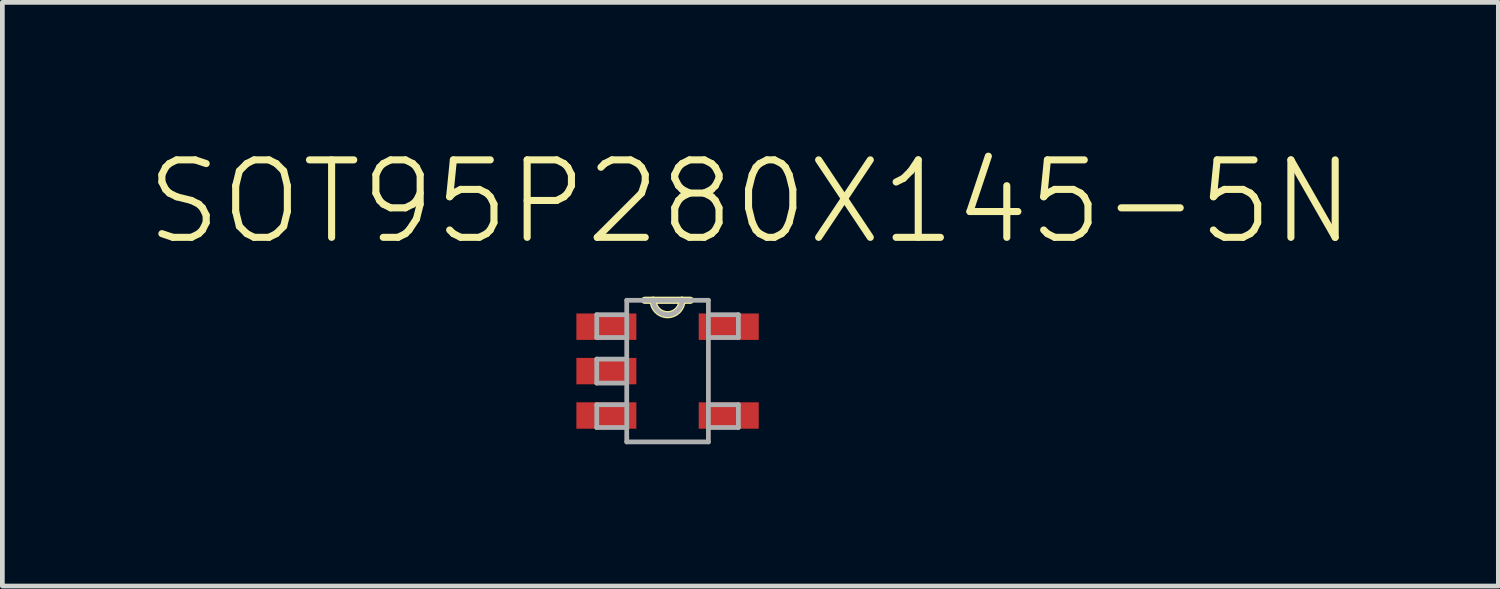
<source format=kicad_pcb>
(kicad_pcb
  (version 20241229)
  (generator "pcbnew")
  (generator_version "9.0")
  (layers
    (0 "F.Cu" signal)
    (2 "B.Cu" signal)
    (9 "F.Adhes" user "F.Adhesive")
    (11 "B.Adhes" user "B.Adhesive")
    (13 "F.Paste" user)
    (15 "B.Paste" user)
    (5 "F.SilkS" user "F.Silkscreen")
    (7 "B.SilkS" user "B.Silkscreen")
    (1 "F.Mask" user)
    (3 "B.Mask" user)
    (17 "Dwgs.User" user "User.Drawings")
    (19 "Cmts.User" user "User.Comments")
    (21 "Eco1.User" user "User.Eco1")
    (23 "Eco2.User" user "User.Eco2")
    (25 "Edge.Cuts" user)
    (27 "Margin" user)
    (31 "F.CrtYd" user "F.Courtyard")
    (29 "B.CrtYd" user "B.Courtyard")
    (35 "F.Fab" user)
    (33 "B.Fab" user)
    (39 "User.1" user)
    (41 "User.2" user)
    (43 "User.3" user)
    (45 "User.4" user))
  (footprint "SOT95P280X145-5N"
    (layer "F.Cu")
    (at 11.08 4.805)
    (property "Reference" "SOT95P280X145-5N" (at 1.753 -3.582 0) (layer "F.SilkS") (effects (font (size 1.64 1.64) (thickness 0.15))))
    (attr smd)
    (fp_line (start -0.305 -1.499) (end -0.483 -1.499) (stroke (width 0.152) (type solid)) (layer "F.SilkS"))
    (fp_line (start 0.305 -1.499) (end -0.305 -1.499) (stroke (width 0.152) (type solid)) (layer "F.SilkS"))
    (fp_line (start 0.483 -1.499) (end 0.305 -1.499) (stroke (width 0.152) (type solid)) (layer "F.SilkS"))
    (fp_arc (start 0.3048 -1.4986) (mid 0 -1.1938) (end -0.3048 -1.4986) (stroke (width 0.1524) (type solid)) (layer "F.SilkS"))
    (fp_line (start -1.499 -1.194) (end -1.499 -0.711) (stroke (width 0.1) (type solid)) (layer "F.Fab"))
    (fp_line (start -1.499 -0.711) (end -0.864 -0.711) (stroke (width 0.1) (type solid)) (layer "F.Fab"))
    (fp_line (start -1.499 -0.254) (end -1.499 0.254) (stroke (width 0.1) (type solid)) (layer "F.Fab"))
    (fp_line (start -1.499 0.254) (end -0.864 0.254) (stroke (width 0.1) (type solid)) (layer "F.Fab"))
    (fp_line (start -1.499 0.711) (end -1.499 1.194) (stroke (width 0.1) (type solid)) (layer "F.Fab"))
    (fp_line (start -1.499 1.194) (end -0.864 1.194) (stroke (width 0.1) (type solid)) (layer "F.Fab"))
    (fp_line (start -0.864 -1.499) (end -0.864 -1.194) (stroke (width 0.1) (type solid)) (layer "F.Fab"))
    (fp_line (start -0.864 -1.194) (end -1.499 -1.194) (stroke (width 0.1) (type solid)) (layer "F.Fab"))
    (fp_line (start -0.864 -1.194) (end -0.864 -0.711) (stroke (width 0.1) (type solid)) (layer "F.Fab"))
    (fp_line (start -0.864 -0.711) (end -0.864 -0.254) (stroke (width 0.1) (type solid)) (layer "F.Fab"))
    (fp_line (start -0.864 -0.254) (end -1.499 -0.254) (stroke (width 0.1) (type solid)) (layer "F.Fab"))
    (fp_line (start -0.864 -0.254) (end -0.864 0.254) (stroke (width 0.1) (type solid)) (layer "F.Fab"))
    (fp_line (start -0.864 0.254) (end -0.864 0.711) (stroke (width 0.1) (type solid)) (layer "F.Fab"))
    (fp_line (start -0.864 0.711) (end -1.499 0.711) (stroke (width 0.1) (type solid)) (layer "F.Fab"))
    (fp_line (start -0.864 1.194) (end -0.864 0.711) (stroke (width 0.1) (type solid)) (layer "F.Fab"))
    (fp_line (start -0.864 1.499) (end -0.864 1.194) (stroke (width 0.1) (type solid)) (layer "F.Fab"))
    (fp_line (start -0.864 1.499) (end 0.864 1.499) (stroke (width 0.1) (type solid)) (layer "F.Fab"))
    (fp_line (start -0.305 -1.499) (end -0.864 -1.499) (stroke (width 0.1) (type solid)) (layer "F.Fab"))
    (fp_line (start 0.305 -1.499) (end -0.305 -1.499) (stroke (width 0.1) (type solid)) (layer "F.Fab"))
    (fp_line (start 0.864 -1.499) (end 0.305 -1.499) (stroke (width 0.1) (type solid)) (layer "F.Fab"))
    (fp_line (start 0.864 -1.499) (end 0.864 -1.194) (stroke (width 0.1) (type solid)) (layer "F.Fab"))
    (fp_line (start 0.864 -1.194) (end 0.864 -0.711) (stroke (width 0.1) (type solid)) (layer "F.Fab"))
    (fp_line (start 0.864 -0.711) (end 1.499 -0.711) (stroke (width 0.1) (type solid)) (layer "F.Fab"))
    (fp_line (start 0.864 0.711) (end 0.864 -0.711) (stroke (width 0.1) (type solid)) (layer "F.Fab"))
    (fp_line (start 0.864 1.194) (end 0.864 0.711) (stroke (width 0.1) (type solid)) (layer "F.Fab"))
    (fp_line (start 0.864 1.194) (end 1.499 1.194) (stroke (width 0.1) (type solid)) (layer "F.Fab"))
    (fp_line (start 0.864 1.499) (end 0.864 1.194) (stroke (width 0.1) (type solid)) (layer "F.Fab"))
    (fp_line (start 1.499 -1.194) (end 0.864 -1.194) (stroke (width 0.1) (type solid)) (layer "F.Fab"))
    (fp_line (start 1.499 -0.711) (end 1.499 -1.194) (stroke (width 0.1) (type solid)) (layer "F.Fab"))
    (fp_line (start 1.499 0.711) (end 0.864 0.711) (stroke (width 0.1) (type solid)) (layer "F.Fab"))
    (fp_line (start 1.499 1.194) (end 1.499 0.711) (stroke (width 0.1) (type solid)) (layer "F.Fab"))
    (fp_arc (start 0.3048 -1.4986) (mid 0 -1.1938) (end -0.3048 -1.4986) (stroke (width 0.1) (type solid)) (layer "F.Fab"))
    (pad "1" smd rect (at -1.295 -0.94) (size 1.27 0.559) (layers "F.Cu" "F.Mask" "F.Paste"))
    (pad "2" smd rect (at -1.295 0) (size 1.27 0.559) (layers "F.Cu" "F.Mask" "F.Paste"))
    (pad "3" smd rect (at -1.295 0.94) (size 1.27 0.559) (layers "F.Cu" "F.Mask" "F.Paste"))
    (pad "4" smd rect (at 1.295 0.94) (size 1.27 0.559) (layers "F.Cu" "F.Mask" "F.Paste"))
    (pad "5" smd rect (at 1.295 -0.94) (size 1.27 0.559) (layers "F.Cu" "F.Mask" "F.Paste")))
  (gr_rect
    (start -3 -3)
    (end 28.665 9.354)
    (stroke (width 0.1) (type default))
    (fill no)
    (layer "Edge.Cuts")))
</source>
